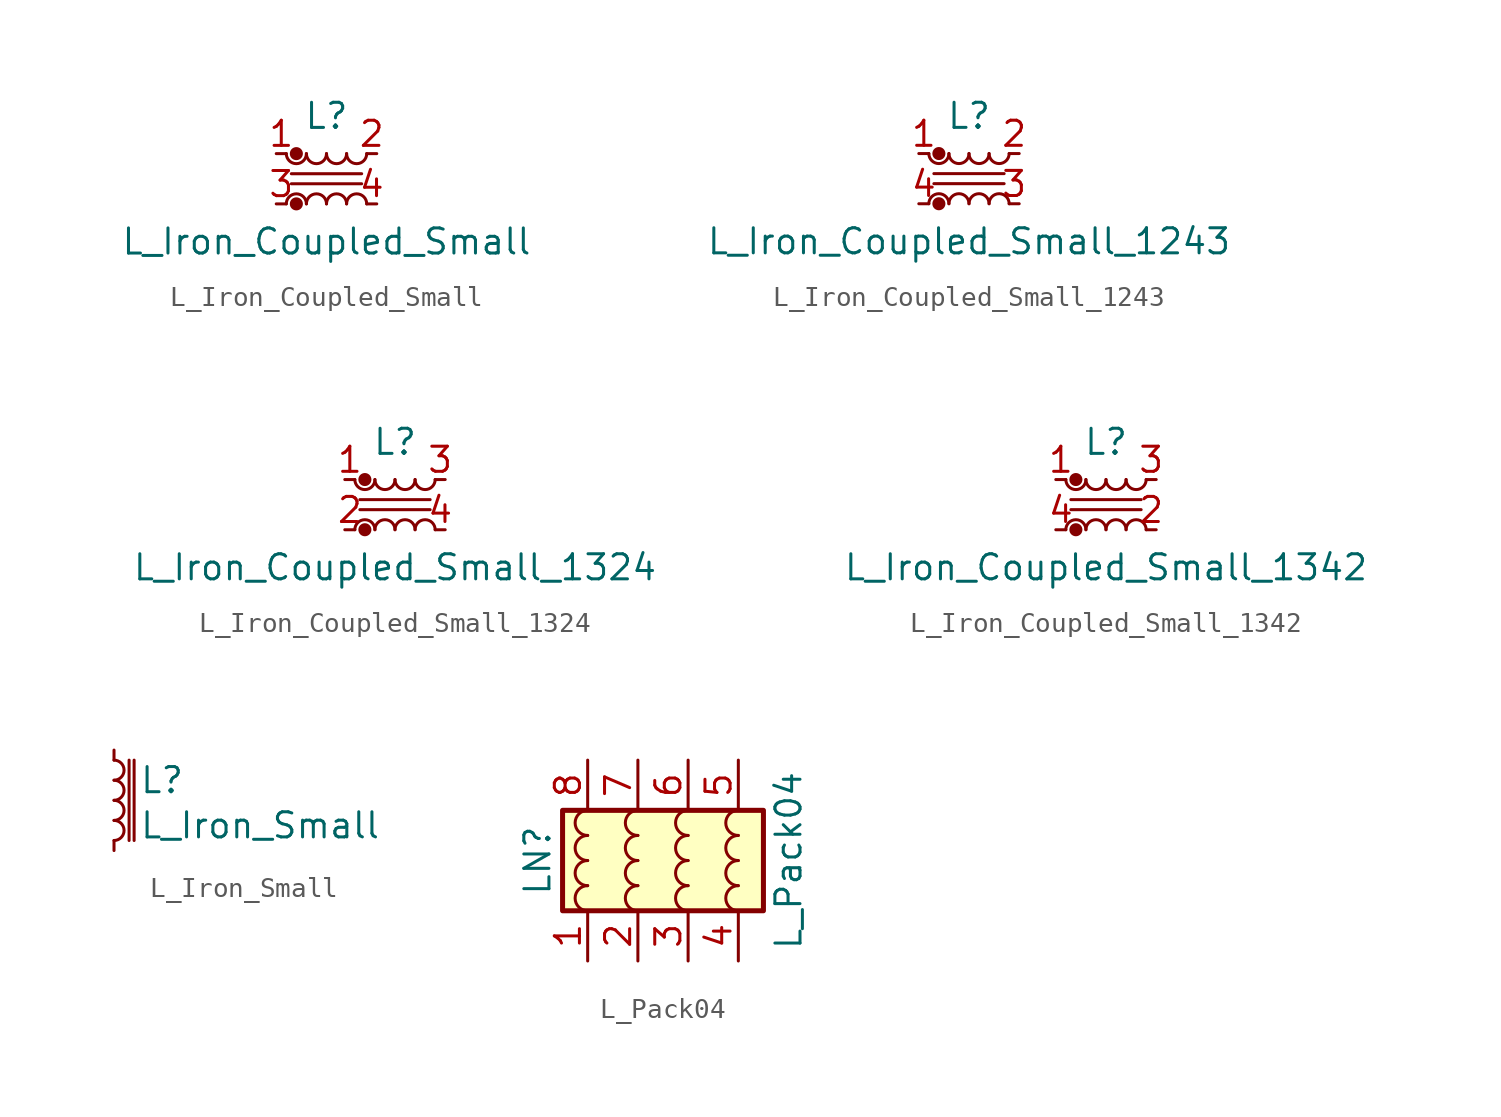
<source format=kicad_sym>
(kicad_symbol_lib
  (version 20241209)
  (generator "kicad_symbol_editor")
  (generator_version "9.0")
  (symbol "L_Iron_Coupled_Small"
    (pin_names
      (offset 0.254)
      (hide yes))
    (property "Reference" "L"
      (at 0 3.175 0)
      (effects (font (size 1.27 1.27))))
    (property "Value" "L_Iron_Coupled_Small"
      (at 0 -3.175 0)
      (effects (font (size 1.27 1.27))))
    (symbol "L_Iron_Coupled_Small_0_1"
      (arc (start -1.016 1.27) (mid -1.524 0.7642) (end -2.032 1.27) (stroke (width 0) (type default)) (fill (type none)))
      (circle (center -1.524 1.27) (radius 0.254) (stroke (width 0) (type default)) (fill (type outline)))
      (circle (center -1.524 -1.27) (radius 0.254) (stroke (width 0) (type default)) (fill (type outline)))
      (arc (start -2.032 -1.27) (mid -1.524 -0.7642) (end -1.016 -1.27) (stroke (width 0) (type default)) (fill (type none)))
      (arc (start 0 1.27) (mid -0.508 0.7642) (end -1.016 1.27) (stroke (width 0) (type default)) (fill (type none)))
      (arc (start -1.016 -1.27) (mid -0.508 -0.7642) (end 0 -1.27) (stroke (width 0) (type default)) (fill (type none)))
      (arc (start 1.016 1.27) (mid 0.508 0.7642) (end 0 1.27) (stroke (width 0) (type default)) (fill (type none)))
      (arc (start 0 -1.27) (mid 0.508 -0.7642) (end 1.016 -1.27) (stroke (width 0) (type default)) (fill (type none)))
      (arc (start 2.032 1.27) (mid 1.524 0.7642) (end 1.016 1.27) (stroke (width 0) (type default)) (fill (type none)))
      (arc (start 1.016 -1.27) (mid 1.524 -0.7642) (end 2.032 -1.27) (stroke (width 0) (type default)) (fill (type none)))
      (polyline (pts (xy 1.778 0.254) (xy -1.778 0.254)) (stroke (width 0) (type default)) (fill (type none)))
      (polyline (pts (xy 1.778 -0.254) (xy -1.778 -0.254)) (stroke (width 0) (type default)) (fill (type none))))
    (symbol "L_Iron_Coupled_Small_1_1"
      (pin passive line (at -2.54 1.27 0) (length 0.508) (name "1" (effects (font (size 1.27 1.27)))) (number "1" (effects (font (size 1.27 1.27)))))
      (pin passive line (at -2.54 -1.27 0) (length 0.508) (name "3" (effects (font (size 1.27 1.27)))) (number "3" (effects (font (size 1.27 1.27)))))
      (pin passive line (at 2.54 1.27 180) (length 0.508) (name "2" (effects (font (size 1.27 1.27)))) (number "2" (effects (font (size 1.27 1.27)))))
      (pin passive line (at 2.54 -1.27 180) (length 0.508) (name "4" (effects (font (size 1.27 1.27)))) (number "4" (effects (font (size 1.27 1.27)))))))
  (symbol "L_Iron_Coupled_Small_1243"
    (pin_names
      (offset 0.254)
      (hide yes))
    (property "Reference" "L"
      (at 0 3.175 0)
      (effects (font (size 1.27 1.27))))
    (property "Value" "L_Iron_Coupled_Small_1243"
      (at 0 -3.175 0)
      (effects (font (size 1.27 1.27))))
    (symbol "L_Iron_Coupled_Small_1243_0_1"
      (arc (start -1.016 1.27) (mid -1.524 0.7642) (end -2.032 1.27) (stroke (width 0) (type default)) (fill (type none)))
      (circle (center -1.524 1.27) (radius 0.254) (stroke (width 0) (type default)) (fill (type outline)))
      (circle (center -1.524 -1.27) (radius 0.254) (stroke (width 0) (type default)) (fill (type outline)))
      (arc (start -2.032 -1.27) (mid -1.524 -0.7642) (end -1.016 -1.27) (stroke (width 0) (type default)) (fill (type none)))
      (arc (start 0 1.27) (mid -0.508 0.7642) (end -1.016 1.27) (stroke (width 0) (type default)) (fill (type none)))
      (arc (start -1.016 -1.27) (mid -0.508 -0.7642) (end 0 -1.27) (stroke (width 0) (type default)) (fill (type none)))
      (arc (start 1.016 1.27) (mid 0.508 0.7642) (end 0 1.27) (stroke (width 0) (type default)) (fill (type none)))
      (arc (start 0 -1.27) (mid 0.508 -0.7642) (end 1.016 -1.27) (stroke (width 0) (type default)) (fill (type none)))
      (arc (start 2.032 1.27) (mid 1.524 0.7642) (end 1.016 1.27) (stroke (width 0) (type default)) (fill (type none)))
      (arc (start 1.016 -1.27) (mid 1.524 -0.7642) (end 2.032 -1.27) (stroke (width 0) (type default)) (fill (type none)))
      (polyline (pts (xy 1.778 0.254) (xy -1.778 0.254)) (stroke (width 0) (type default)) (fill (type none)))
      (polyline (pts (xy 1.778 -0.254) (xy -1.778 -0.254)) (stroke (width 0) (type default)) (fill (type none))))
    (symbol "L_Iron_Coupled_Small_1243_1_1"
      (pin passive line (at -2.54 1.27 0) (length 0.508) (name "1" (effects (font (size 1.27 1.27)))) (number "1" (effects (font (size 1.27 1.27)))))
      (pin passive line (at -2.54 -1.27 0) (length 0.508) (name "4" (effects (font (size 1.27 1.27)))) (number "4" (effects (font (size 1.27 1.27)))))
      (pin passive line (at 2.54 1.27 180) (length 0.508) (name "2" (effects (font (size 1.27 1.27)))) (number "2" (effects (font (size 1.27 1.27)))))
      (pin passive line (at 2.54 -1.27 180) (length 0.508) (name "3" (effects (font (size 1.27 1.27)))) (number "3" (effects (font (size 1.27 1.27)))))))
  (symbol "L_Iron_Coupled_Small_1324"
    (pin_names
      (offset 0.254)
      (hide yes))
    (property "Reference" "L"
      (at 0 3.175 0)
      (effects (font (size 1.27 1.27))))
    (property "Value" "L_Iron_Coupled_Small_1324"
      (at 0 -3.175 0)
      (effects (font (size 1.27 1.27))))
    (symbol "L_Iron_Coupled_Small_1324_0_1"
      (arc (start -1.016 1.27) (mid -1.524 0.7642) (end -2.032 1.27) (stroke (width 0) (type default)) (fill (type none)))
      (circle (center -1.524 1.27) (radius 0.254) (stroke (width 0) (type default)) (fill (type outline)))
      (circle (center -1.524 -1.27) (radius 0.254) (stroke (width 0) (type default)) (fill (type outline)))
      (arc (start -2.032 -1.27) (mid -1.524 -0.7642) (end -1.016 -1.27) (stroke (width 0) (type default)) (fill (type none)))
      (arc (start 0 1.27) (mid -0.508 0.7642) (end -1.016 1.27) (stroke (width 0) (type default)) (fill (type none)))
      (arc (start -1.016 -1.27) (mid -0.508 -0.7642) (end 0 -1.27) (stroke (width 0) (type default)) (fill (type none)))
      (arc (start 1.016 1.27) (mid 0.508 0.7642) (end 0 1.27) (stroke (width 0) (type default)) (fill (type none)))
      (arc (start 0 -1.27) (mid 0.508 -0.7642) (end 1.016 -1.27) (stroke (width 0) (type default)) (fill (type none)))
      (arc (start 2.032 1.27) (mid 1.524 0.7642) (end 1.016 1.27) (stroke (width 0) (type default)) (fill (type none)))
      (arc (start 1.016 -1.27) (mid 1.524 -0.7642) (end 2.032 -1.27) (stroke (width 0) (type default)) (fill (type none)))
      (polyline (pts (xy 1.778 0.254) (xy -1.778 0.254)) (stroke (width 0) (type default)) (fill (type none)))
      (polyline (pts (xy 1.778 -0.254) (xy -1.778 -0.254)) (stroke (width 0) (type default)) (fill (type none))))
    (symbol "L_Iron_Coupled_Small_1324_1_1"
      (pin passive line (at -2.54 1.27 0) (length 0.508) (name "1" (effects (font (size 1.27 1.27)))) (number "1" (effects (font (size 1.27 1.27)))))
      (pin passive line (at -2.54 -1.27 0) (length 0.508) (name "2" (effects (font (size 1.27 1.27)))) (number "2" (effects (font (size 1.27 1.27)))))
      (pin passive line (at 2.54 1.27 180) (length 0.508) (name "3" (effects (font (size 1.27 1.27)))) (number "3" (effects (font (size 1.27 1.27)))))
      (pin passive line (at 2.54 -1.27 180) (length 0.508) (name "4" (effects (font (size 1.27 1.27)))) (number "4" (effects (font (size 1.27 1.27)))))))
  (symbol "L_Iron_Coupled_Small_1342"
    (pin_names
      (offset 0.254)
      (hide yes))
    (property "Reference" "L"
      (at 0 3.175 0)
      (effects (font (size 1.27 1.27))))
    (property "Value" "L_Iron_Coupled_Small_1342"
      (at 0 -3.175 0)
      (effects (font (size 1.27 1.27))))
    (symbol "L_Iron_Coupled_Small_1342_0_1"
      (arc (start -1.016 1.27) (mid -1.524 0.7642) (end -2.032 1.27) (stroke (width 0) (type default)) (fill (type none)))
      (circle (center -1.524 1.27) (radius 0.254) (stroke (width 0) (type default)) (fill (type outline)))
      (circle (center -1.524 -1.27) (radius 0.254) (stroke (width 0) (type default)) (fill (type outline)))
      (arc (start -2.032 -1.27) (mid -1.524 -0.7642) (end -1.016 -1.27) (stroke (width 0) (type default)) (fill (type none)))
      (arc (start 0 1.27) (mid -0.508 0.7642) (end -1.016 1.27) (stroke (width 0) (type default)) (fill (type none)))
      (arc (start -1.016 -1.27) (mid -0.508 -0.7642) (end 0 -1.27) (stroke (width 0) (type default)) (fill (type none)))
      (arc (start 1.016 1.27) (mid 0.508 0.7642) (end 0 1.27) (stroke (width 0) (type default)) (fill (type none)))
      (arc (start 0 -1.27) (mid 0.508 -0.7642) (end 1.016 -1.27) (stroke (width 0) (type default)) (fill (type none)))
      (arc (start 2.032 1.27) (mid 1.524 0.7642) (end 1.016 1.27) (stroke (width 0) (type default)) (fill (type none)))
      (arc (start 1.016 -1.27) (mid 1.524 -0.7642) (end 2.032 -1.27) (stroke (width 0) (type default)) (fill (type none)))
      (polyline (pts (xy 1.778 0.254) (xy -1.778 0.254)) (stroke (width 0) (type default)) (fill (type none)))
      (polyline (pts (xy 1.778 -0.254) (xy -1.778 -0.254)) (stroke (width 0) (type default)) (fill (type none))))
    (symbol "L_Iron_Coupled_Small_1342_1_1"
      (pin passive line (at -2.54 1.27 0) (length 0.508) (name "1" (effects (font (size 1.27 1.27)))) (number "1" (effects (font (size 1.27 1.27)))))
      (pin passive line (at -2.54 -1.27 0) (length 0.508) (name "4" (effects (font (size 1.27 1.27)))) (number "4" (effects (font (size 1.27 1.27)))))
      (pin passive line (at 2.54 1.27 180) (length 0.508) (name "3" (effects (font (size 1.27 1.27)))) (number "3" (effects (font (size 1.27 1.27)))))
      (pin passive line (at 2.54 -1.27 180) (length 0.508) (name "2" (effects (font (size 1.27 1.27)))) (number "2" (effects (font (size 1.27 1.27)))))))
  (symbol "L_Iron_Small"
    (pin_numbers
      (hide yes))
    (pin_names
      (offset 0.254)
      (hide yes))
    (property "Reference" "L"
      (at 1.27 1.016 0)
      (effects (font (size 1.27 1.27)) (justify left)))
    (property "Value" "L_Iron_Small"
      (at 1.27 -1.27 0)
      (effects (font (size 1.27 1.27)) (justify left)))
    (symbol "L_Iron_Small_0_1"
      (arc (start 0 2.032) (mid 0.5058 1.524) (end 0 1.016) (stroke (width 0) (type default)) (fill (type none)))
      (arc (start 0 1.016) (mid 0.5058 0.508) (end 0 0) (stroke (width 0) (type default)) (fill (type none)))
      (arc (start 0 0) (mid 0.5058 -0.508) (end 0 -1.016) (stroke (width 0) (type default)) (fill (type none)))
      (arc (start 0 -1.016) (mid 0.5058 -1.524) (end 0 -2.032) (stroke (width 0) (type default)) (fill (type none)))
      (polyline (pts (xy 0.762 2.032) (xy 0.762 -2.032)) (stroke (width 0) (type default)) (fill (type none)))
      (polyline (pts (xy 1.016 -2.032) (xy 1.016 2.032)) (stroke (width 0) (type default)) (fill (type none))))
    (symbol "L_Iron_Small_1_1"
      (pin passive line (at 0 2.54 270) (length 0.508) (name "~" (effects (font (size 1.27 1.27)))) (number "1" (effects (font (size 1.27 1.27)))))
      (pin passive line (at 0 -2.54 90) (length 0.508) (name "~" (effects (font (size 1.27 1.27)))) (number "2" (effects (font (size 1.27 1.27)))))))
  (symbol "L_Pack04"
    (property "Reference" "LN"
      (at -7.62 0 90)
      (effects (font (size 1.27 1.27))))
    (property "Value" "L_Pack04"
      (at 5.08 0 90)
      (effects (font (size 1.27 1.27))))
    (symbol "L_Pack04_0_1"
      (rectangle (start -6.35 2.54) (end 3.81 -2.54) (stroke (width 0.254) (type default)) (fill (type background))))
    (symbol "L_Pack04_1_1"
      (arc (start -5.08 1.27) (mid -5.7123 1.905) (end -5.08 2.54) (stroke (width 0) (type default)) (fill (type none)))
      (arc (start -5.08 0) (mid -5.7123 0.635) (end -5.08 1.27) (stroke (width 0) (type default)) (fill (type none)))
      (arc (start -5.08 -1.27) (mid -5.7123 -0.635) (end -5.08 0) (stroke (width 0) (type default)) (fill (type none)))
      (arc (start -5.08 -2.54) (mid -5.7123 -1.905) (end -5.08 -1.27) (stroke (width 0) (type default)) (fill (type none)))
      (arc (start -2.54 1.27) (mid -3.1723 1.905) (end -2.54 2.54) (stroke (width 0) (type default)) (fill (type none)))
      (arc (start -2.54 0) (mid -3.1723 0.635) (end -2.54 1.27) (stroke (width 0) (type default)) (fill (type none)))
      (arc (start -2.54 -1.27) (mid -3.1723 -0.635) (end -2.54 0) (stroke (width 0) (type default)) (fill (type none)))
      (arc (start -2.54 -2.54) (mid -3.1723 -1.905) (end -2.54 -1.27) (stroke (width 0) (type default)) (fill (type none)))
      (arc (start 0 1.27) (mid -0.6323 1.905) (end 0 2.54) (stroke (width 0) (type default)) (fill (type none)))
      (arc (start 0 0) (mid -0.6323 0.635) (end 0 1.27) (stroke (width 0) (type default)) (fill (type none)))
      (arc (start 0 -1.27) (mid -0.6323 -0.635) (end 0 0) (stroke (width 0) (type default)) (fill (type none)))
      (arc (start 0 -2.54) (mid -0.6323 -1.905) (end 0 -1.27) (stroke (width 0) (type default)) (fill (type none)))
      (arc (start 2.54 1.27) (mid 1.9077 1.905) (end 2.54 2.54) (stroke (width 0) (type default)) (fill (type none)))
      (arc (start 2.54 0) (mid 1.9077 0.635) (end 2.54 1.27) (stroke (width 0) (type default)) (fill (type none)))
      (arc (start 2.54 -1.27) (mid 1.9077 -0.635) (end 2.54 0) (stroke (width 0) (type default)) (fill (type none)))
      (arc (start 2.54 -2.54) (mid 1.9077 -1.905) (end 2.54 -1.27) (stroke (width 0) (type default)) (fill (type none)))
      (pin passive line (at -5.08 5.08 270) (length 2.54) (name "~" (effects (font (size 1.27 1.27)))) (number "8" (effects (font (size 1.27 1.27)))))
      (pin passive line (at -5.08 -5.08 90) (length 2.54) (name "~" (effects (font (size 1.27 1.27)))) (number "1" (effects (font (size 1.27 1.27)))))
      (pin passive line (at -2.54 5.08 270) (length 2.54) (name "~" (effects (font (size 1.27 1.27)))) (number "7" (effects (font (size 1.27 1.27)))))
      (pin passive line (at -2.54 -5.08 90) (length 2.54) (name "~" (effects (font (size 1.27 1.27)))) (number "2" (effects (font (size 1.27 1.27)))))
      (pin passive line (at 0 5.08 270) (length 2.54) (name "~" (effects (font (size 1.27 1.27)))) (number "6" (effects (font (size 1.27 1.27)))))
      (pin passive line (at 0 -5.08 90) (length 2.54) (name "~" (effects (font (size 1.27 1.27)))) (number "3" (effects (font (size 1.27 1.27)))))
      (pin passive line (at 2.54 5.08 270) (length 2.54) (name "~" (effects (font (size 1.27 1.27)))) (number "5" (effects (font (size 1.27 1.27)))))
      (pin passive line (at 2.54 -5.08 90) (length 2.54) (name "~" (effects (font (size 1.27 1.27)))) (number "4" (effects (font (size 1.27 1.27))))))))
</source>
